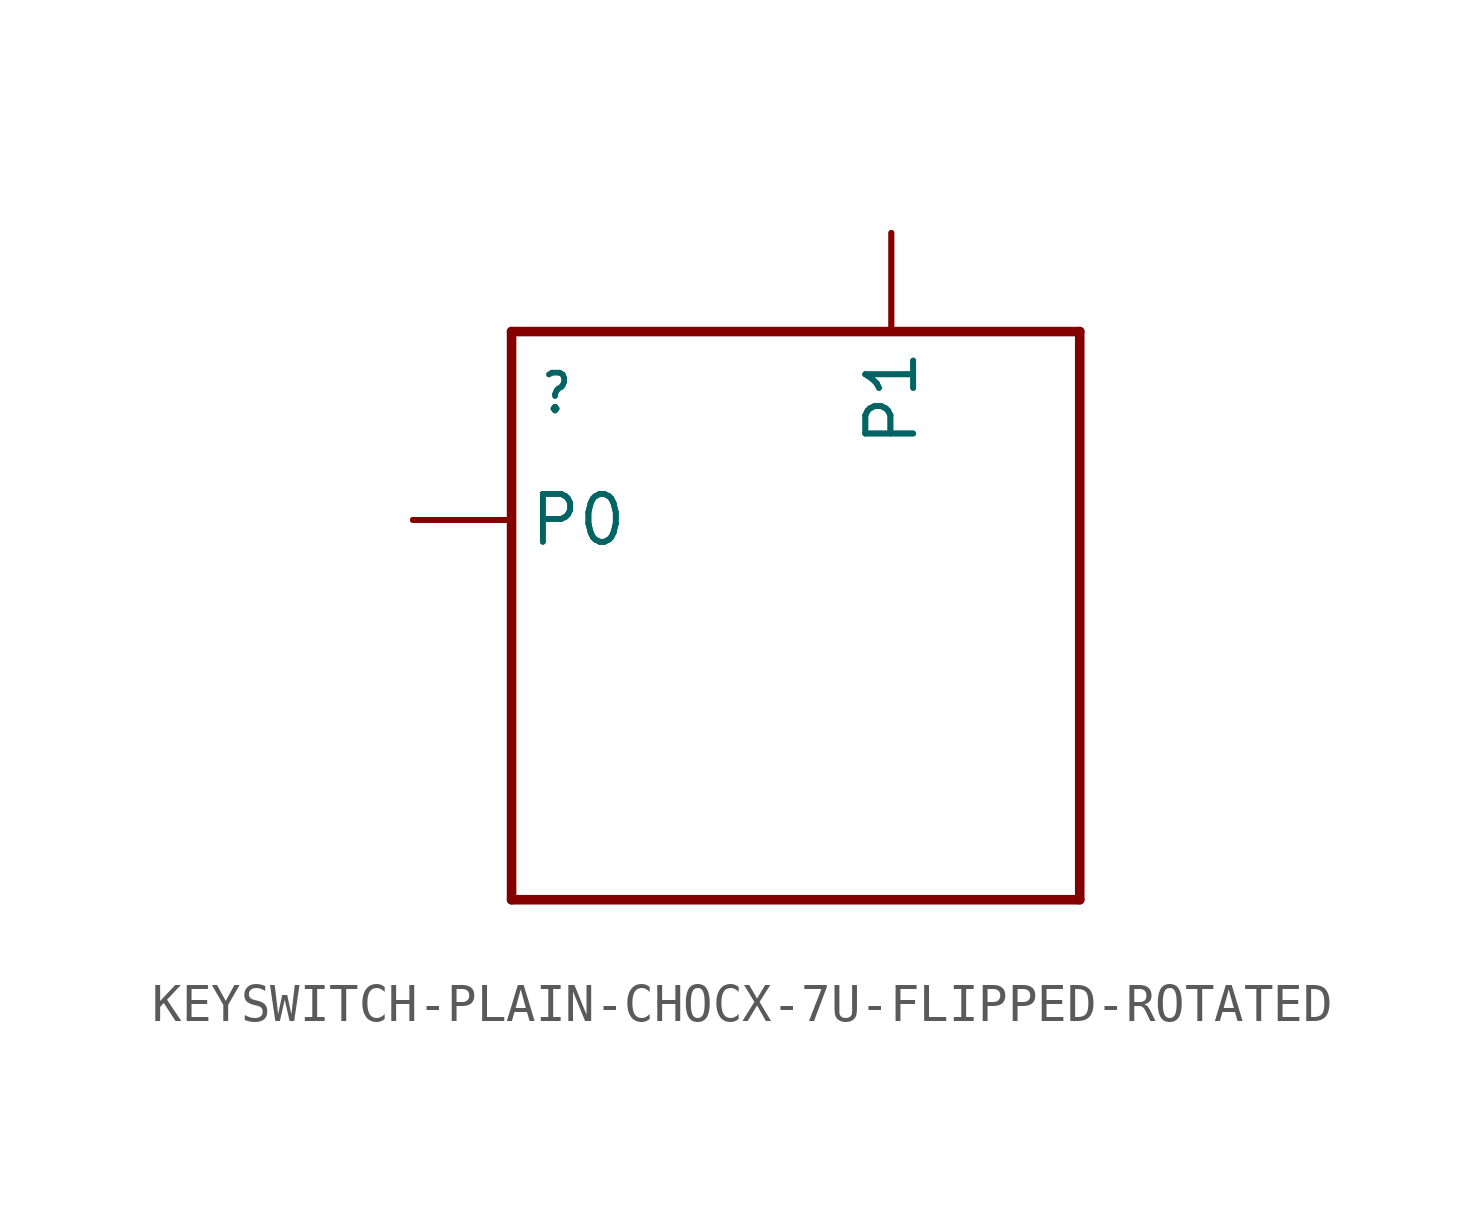
<source format=kicad_sym>
(kicad_symbol_lib
  (version 20211014)
  (generator kicad_symbol_editor)
  (symbol "KEYSWITCH-PLAIN-CHOCX-7U-FLIPPED-ROTATED"
    (property "Reference" ""
      (at -6.81 5.318 0)
      (effects (font (size 1 0.85)) (justify left bottom)))
    (property "ki_locked" ""
      (at 0 0 0)
      (effects (font (size 1.27 1.27))))
    (symbol "KEYSWITCH-PLAIN-CHOCX-7U-FLIPPED-ROTATED_1_0"
      (polyline (pts (xy -7.54 -7.54) (xy -7.54 7.54)) (stroke (width 0.254) (type default) (color 0 0 0 0)) (fill (type none)))
      (polyline (pts (xy -7.54 7.54) (xy 7.54 7.54)) (stroke (width 0.254) (type default) (color 0 0 0 0)) (fill (type none)))
      (polyline (pts (xy 7.54 -7.54) (xy -7.54 -7.54)) (stroke (width 0.254) (type default) (color 0 0 0 0)) (fill (type none)))
      (polyline (pts (xy 7.54 7.54) (xy 7.54 -7.54)) (stroke (width 0.254) (type default) (color 0 0 0 0)) (fill (type none)))
      (pin bidirectional line (at -10.16 2.54 0) (length 2.54) (name "P0" (effects (font (size 1.27 1.27)))) (number "CHOC1" (effects (font (size 0 0)))))
      (pin bidirectional line (at 2.54 10.16 270) (length 2.54) (name "P1" (effects (font (size 1.27 1.27)))) (number "CHOC2" (effects (font (size 0 0)))))
      (pin bidirectional line (at -10.16 2.54 0) (length 2.54) (name "P0" (effects (font (size 1.27 1.27)))) (number "X1" (effects (font (size 0 0)))))
      (pin bidirectional line (at 2.54 10.16 270) (length 2.54) (name "P1" (effects (font (size 1.27 1.27)))) (number "X2" (effects (font (size 0 0))))))))
</source>
